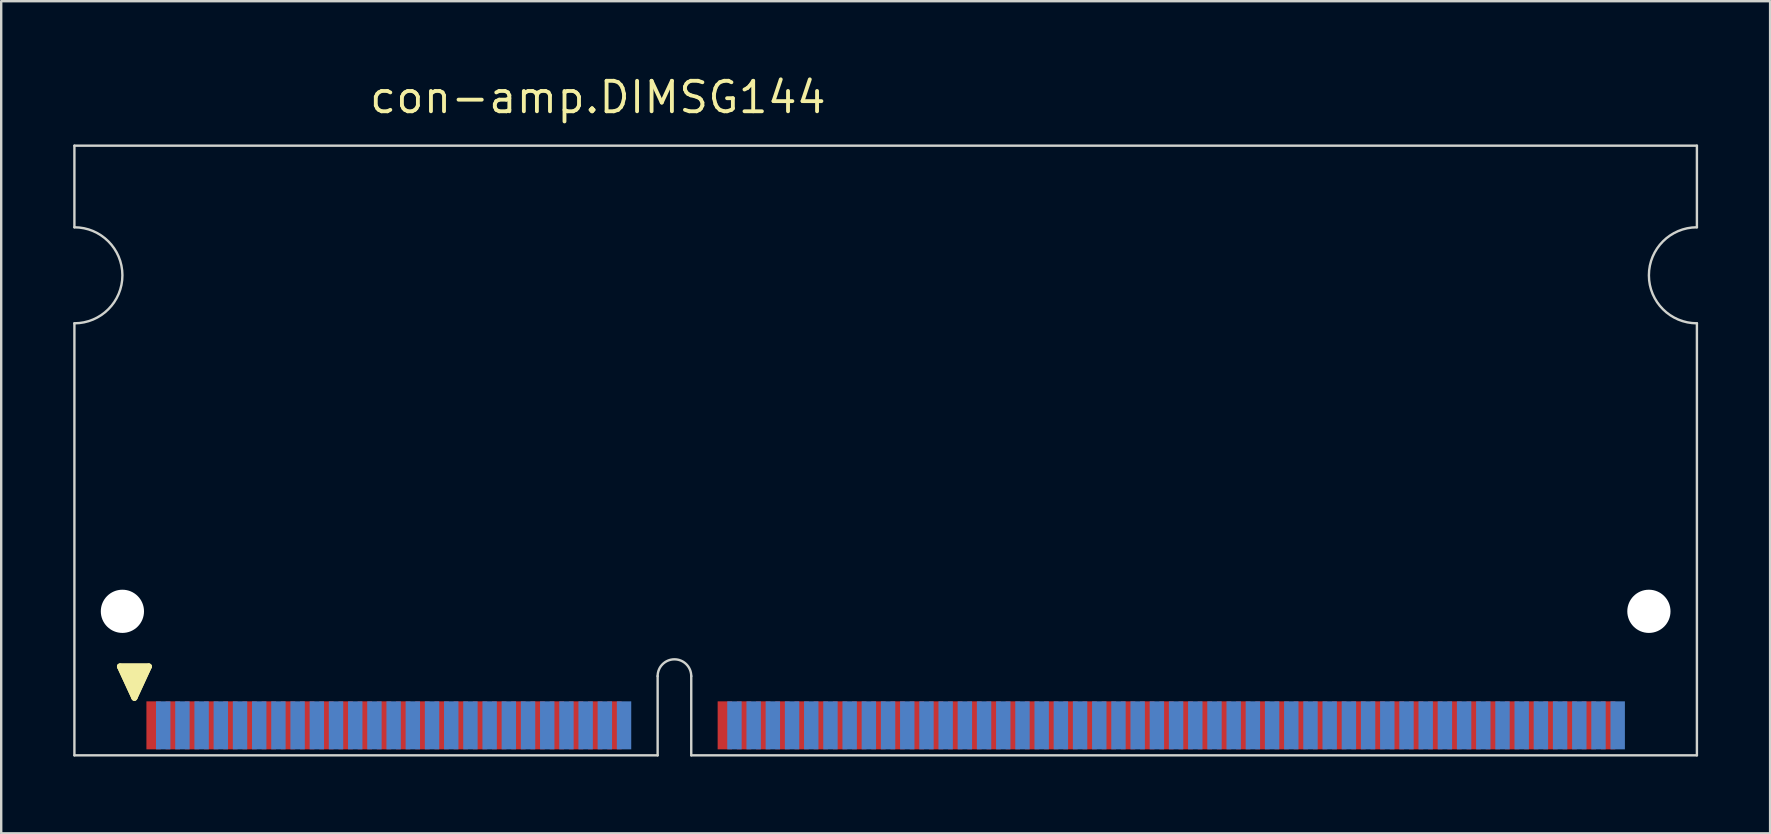
<source format=kicad_pcb>
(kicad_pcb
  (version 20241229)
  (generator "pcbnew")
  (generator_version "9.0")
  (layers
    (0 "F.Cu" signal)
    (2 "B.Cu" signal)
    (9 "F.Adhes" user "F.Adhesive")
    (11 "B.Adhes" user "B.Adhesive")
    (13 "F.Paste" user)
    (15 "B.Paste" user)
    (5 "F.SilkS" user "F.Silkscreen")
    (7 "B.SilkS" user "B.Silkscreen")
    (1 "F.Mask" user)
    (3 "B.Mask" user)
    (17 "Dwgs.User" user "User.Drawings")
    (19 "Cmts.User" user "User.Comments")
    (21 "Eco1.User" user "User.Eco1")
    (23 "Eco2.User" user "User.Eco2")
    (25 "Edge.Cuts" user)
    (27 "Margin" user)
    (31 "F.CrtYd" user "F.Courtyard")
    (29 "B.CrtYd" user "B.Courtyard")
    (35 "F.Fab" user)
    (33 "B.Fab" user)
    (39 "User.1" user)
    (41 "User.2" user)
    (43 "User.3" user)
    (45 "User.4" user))
  (footprint "con-amp.DIMSG144"
    (layer "F.Cu")
    (at 33.85 28.42)
    (property "Reference" "con-amp.DIMSG144" (at -21.59 -26.67 0) (layer "F.SilkS") (effects (font (size 1.27 1.27) (thickness 0.16)) (justify left bottom)))
    (attr smd)
    (fp_line (start -31.9 -3.7) (end -30.7 -3.7) (stroke (width 0.254) (type default)) (layer "F.SilkS"))
    (fp_line (start -31.3 -2.4) (end -31.9 -3.7) (stroke (width 0.254) (type default)) (layer "F.SilkS"))
    (fp_line (start -30.7 -3.7) (end -31.3 -2.4) (stroke (width 0.254) (type default)) (layer "F.SilkS"))
    (fp_poly (pts (xy -31.3 -2.4) (xy -31.9 -3.7) (xy -30.7 -3.7)) (stroke (width 0.254) (type default)) (fill yes) (layer "F.SilkS"))
    (fp_line (start -33.8 -25.4) (end -33.8 -22) (stroke (width 0.1) (type default)) (layer "Edge.Cuts"))
    (fp_line (start -33.8 -18) (end -33.8 0) (stroke (width 0.1) (type default)) (layer "Edge.Cuts"))
    (fp_line (start -33.8 0) (end -9.5 0) (stroke (width 0.1) (type default)) (layer "Edge.Cuts"))
    (fp_line (start -9.5 0) (end -9.5 -3.3) (stroke (width 0.1) (type default)) (layer "Edge.Cuts"))
    (fp_line (start -8.1 0) (end -8.1 -3.3) (stroke (width 0.1) (type default)) (layer "Edge.Cuts"))
    (fp_line (start -8.1 0) (end 33.8 0) (stroke (width 0.1) (type default)) (layer "Edge.Cuts"))
    (fp_line (start 33.8 -25.4) (end -33.8 -25.4) (stroke (width 0.1) (type default)) (layer "Edge.Cuts"))
    (fp_line (start 33.8 -22) (end 33.8 -25.4) (stroke (width 0.1) (type default)) (layer "Edge.Cuts"))
    (fp_line (start 33.8 0) (end 33.8 -18) (stroke (width 0.1) (type default)) (layer "Edge.Cuts"))
    (fp_arc (start -33.8 -22) (mid -31.8 -20) (end -33.8 -18) (stroke (width 0.1) (type default)) (layer "Edge.Cuts"))
    (fp_arc (start -9.5 -3.3) (mid -8.8 -4) (end -8.1 -3.3) (stroke (width 0.1) (type default)) (layer "Edge.Cuts"))
    (fp_arc (start 33.8 -18) (mid 31.8 -20) (end 33.8 -22) (stroke (width 0.1) (type default)) (layer "Edge.Cuts"))
    (pad "" np_thru_hole circle (at -31.8 -6) (size 1.8 1.8) (drill 1.8) (layers "*.Cu" "*.Mask"))
    (pad "" np_thru_hole circle (at 31.8 -6) (size 1.8 1.8) (drill 1.8) (layers "*.Cu" "*.Mask"))
    (pad "1" smd roundrect (at -30.5 -1.25) (size 0.6 2) (layers "F.Cu" "F.Mask" "F.Paste") (roundrect_rratio 0.01))
    (pad "2" smd roundrect (at -29.7 -1.25) (size 0.6 2) (layers "F.Cu" "F.Mask" "F.Paste") (roundrect_rratio 0.01))
    (pad "3" smd roundrect (at -28.9 -1.25) (size 0.6 2) (layers "F.Cu" "F.Mask" "F.Paste") (roundrect_rratio 0.01))
    (pad "4" smd roundrect (at -28.1 -1.25) (size 0.6 2) (layers "F.Cu" "F.Mask" "F.Paste") (roundrect_rratio 0.01))
    (pad "5" smd roundrect (at -27.3 -1.25) (size 0.6 2) (layers "F.Cu" "F.Mask" "F.Paste") (roundrect_rratio 0.01))
    (pad "6" smd roundrect (at -26.5 -1.25) (size 0.6 2) (layers "F.Cu" "F.Mask" "F.Paste") (roundrect_rratio 0.01))
    (pad "7" smd roundrect (at -25.7 -1.25) (size 0.6 2) (layers "F.Cu" "F.Mask" "F.Paste") (roundrect_rratio 0.01))
    (pad "8" smd roundrect (at -24.9 -1.25) (size 0.6 2) (layers "F.Cu" "F.Mask" "F.Paste") (roundrect_rratio 0.01))
    (pad "9" smd roundrect (at -24.1 -1.25) (size 0.6 2) (layers "F.Cu" "F.Mask" "F.Paste") (roundrect_rratio 0.01))
    (pad "10" smd roundrect (at -23.3 -1.25) (size 0.6 2) (layers "F.Cu" "F.Mask" "F.Paste") (roundrect_rratio 0.01))
    (pad "11" smd roundrect (at -22.5 -1.25) (size 0.6 2) (layers "F.Cu" "F.Mask" "F.Paste") (roundrect_rratio 0.01))
    (pad "12" smd roundrect (at -21.7 -1.25) (size 0.6 2) (layers "F.Cu" "F.Mask" "F.Paste") (roundrect_rratio 0.01))
    (pad "13" smd roundrect (at -20.9 -1.25) (size 0.6 2) (layers "F.Cu" "F.Mask" "F.Paste") (roundrect_rratio 0.01))
    (pad "14" smd roundrect (at -20.1 -1.25) (size 0.6 2) (layers "F.Cu" "F.Mask" "F.Paste") (roundrect_rratio 0.01))
    (pad "15" smd roundrect (at -19.3 -1.25) (size 0.6 2) (layers "F.Cu" "F.Mask" "F.Paste") (roundrect_rratio 0.01))
    (pad "16" smd roundrect (at -18.5 -1.25) (size 0.6 2) (layers "F.Cu" "F.Mask" "F.Paste") (roundrect_rratio 0.01))
    (pad "17" smd roundrect (at -17.7 -1.25) (size 0.6 2) (layers "F.Cu" "F.Mask" "F.Paste") (roundrect_rratio 0.01))
    (pad "18" smd roundrect (at -16.9 -1.25) (size 0.6 2) (layers "F.Cu" "F.Mask" "F.Paste") (roundrect_rratio 0.01))
    (pad "19" smd roundrect (at -16.1 -1.25) (size 0.6 2) (layers "F.Cu" "F.Mask" "F.Paste") (roundrect_rratio 0.01))
    (pad "20" smd roundrect (at -15.3 -1.25) (size 0.6 2) (layers "F.Cu" "F.Mask" "F.Paste") (roundrect_rratio 0.01))
    (pad "21" smd roundrect (at -14.5 -1.25) (size 0.6 2) (layers "F.Cu" "F.Mask" "F.Paste") (roundrect_rratio 0.01))
    (pad "22" smd roundrect (at -13.7 -1.25) (size 0.6 2) (layers "F.Cu" "F.Mask" "F.Paste") (roundrect_rratio 0.01))
    (pad "23" smd roundrect (at -12.9 -1.25) (size 0.6 2) (layers "F.Cu" "F.Mask" "F.Paste") (roundrect_rratio 0.01))
    (pad "24" smd roundrect (at -12.1 -1.25) (size 0.6 2) (layers "F.Cu" "F.Mask" "F.Paste") (roundrect_rratio 0.01))
    (pad "25" smd roundrect (at -11.3 -1.25) (size 0.6 2) (layers "F.Cu" "F.Mask" "F.Paste") (roundrect_rratio 0.01))
    (pad "26" smd roundrect (at -6.7 -1.25) (size 0.6 2) (layers "F.Cu" "F.Mask" "F.Paste") (roundrect_rratio 0.01))
    (pad "27" smd roundrect (at -5.9 -1.25) (size 0.6 2) (layers "F.Cu" "F.Mask" "F.Paste") (roundrect_rratio 0.01))
    (pad "28" smd roundrect (at -5.1 -1.25) (size 0.6 2) (layers "F.Cu" "F.Mask" "F.Paste") (roundrect_rratio 0.01))
    (pad "29" smd roundrect (at -4.3 -1.25) (size 0.6 2) (layers "F.Cu" "F.Mask" "F.Paste") (roundrect_rratio 0.01))
    (pad "30" smd roundrect (at -3.5 -1.25) (size 0.6 2) (layers "F.Cu" "F.Mask" "F.Paste") (roundrect_rratio 0.01))
    (pad "31" smd roundrect (at -2.7 -1.25) (size 0.6 2) (layers "F.Cu" "F.Mask" "F.Paste") (roundrect_rratio 0.01))
    (pad "32" smd roundrect (at -1.9 -1.25) (size 0.6 2) (layers "F.Cu" "F.Mask" "F.Paste") (roundrect_rratio 0.01))
    (pad "33" smd roundrect (at -1.1 -1.25) (size 0.6 2) (layers "F.Cu" "F.Mask" "F.Paste") (roundrect_rratio 0.01))
    (pad "34" smd roundrect (at -0.3 -1.25) (size 0.6 2) (layers "F.Cu" "F.Mask" "F.Paste") (roundrect_rratio 0.01))
    (pad "35" smd roundrect (at 0.5 -1.25) (size 0.6 2) (layers "F.Cu" "F.Mask" "F.Paste") (roundrect_rratio 0.01))
    (pad "36" smd roundrect (at 1.3 -1.25) (size 0.6 2) (layers "F.Cu" "F.Mask" "F.Paste") (roundrect_rratio 0.01))
    (pad "37" smd roundrect (at 2.1 -1.25) (size 0.6 2) (layers "F.Cu" "F.Mask" "F.Paste") (roundrect_rratio 0.01))
    (pad "38" smd roundrect (at 2.9 -1.25) (size 0.6 2) (layers "F.Cu" "F.Mask" "F.Paste") (roundrect_rratio 0.01))
    (pad "39" smd roundrect (at 3.7 -1.25) (size 0.6 2) (layers "F.Cu" "F.Mask" "F.Paste") (roundrect_rratio 0.01))
    (pad "40" smd roundrect (at 4.5 -1.25) (size 0.6 2) (layers "F.Cu" "F.Mask" "F.Paste") (roundrect_rratio 0.01))
    (pad "41" smd roundrect (at 5.3 -1.25) (size 0.6 2) (layers "F.Cu" "F.Mask" "F.Paste") (roundrect_rratio 0.01))
    (pad "42" smd roundrect (at 6.1 -1.25) (size 0.6 2) (layers "F.Cu" "F.Mask" "F.Paste") (roundrect_rratio 0.01))
    (pad "43" smd roundrect (at 6.9 -1.25) (size 0.6 2) (layers "F.Cu" "F.Mask" "F.Paste") (roundrect_rratio 0.01))
    (pad "44" smd roundrect (at 7.7 -1.25) (size 0.6 2) (layers "F.Cu" "F.Mask" "F.Paste") (roundrect_rratio 0.01))
    (pad "45" smd roundrect (at 8.5 -1.25) (size 0.6 2) (layers "F.Cu" "F.Mask" "F.Paste") (roundrect_rratio 0.01))
    (pad "46" smd roundrect (at 9.3 -1.25) (size 0.6 2) (layers "F.Cu" "F.Mask" "F.Paste") (roundrect_rratio 0.01))
    (pad "47" smd roundrect (at 10.1 -1.25) (size 0.6 2) (layers "F.Cu" "F.Mask" "F.Paste") (roundrect_rratio 0.01))
    (pad "48" smd roundrect (at 10.9 -1.25) (size 0.6 2) (layers "F.Cu" "F.Mask" "F.Paste") (roundrect_rratio 0.01))
    (pad "49" smd roundrect (at 11.7 -1.25) (size 0.6 2) (layers "F.Cu" "F.Mask" "F.Paste") (roundrect_rratio 0.01))
    (pad "50" smd roundrect (at 12.5 -1.25) (size 0.6 2) (layers "F.Cu" "F.Mask" "F.Paste") (roundrect_rratio 0.01))
    (pad "51" smd roundrect (at 13.3 -1.25) (size 0.6 2) (layers "F.Cu" "F.Mask" "F.Paste") (roundrect_rratio 0.01))
    (pad "52" smd roundrect (at 14.1 -1.25) (size 0.6 2) (layers "F.Cu" "F.Mask" "F.Paste") (roundrect_rratio 0.01))
    (pad "53" smd roundrect (at 14.9 -1.25) (size 0.6 2) (layers "F.Cu" "F.Mask" "F.Paste") (roundrect_rratio 0.01))
    (pad "54" smd roundrect (at 15.7 -1.25) (size 0.6 2) (layers "F.Cu" "F.Mask" "F.Paste") (roundrect_rratio 0.01))
    (pad "55" smd roundrect (at 16.5 -1.25) (size 0.6 2) (layers "F.Cu" "F.Mask" "F.Paste") (roundrect_rratio 0.01))
    (pad "56" smd roundrect (at 17.3 -1.25) (size 0.6 2) (layers "F.Cu" "F.Mask" "F.Paste") (roundrect_rratio 0.01))
    (pad "57" smd roundrect (at 18.1 -1.25) (size 0.6 2) (layers "F.Cu" "F.Mask" "F.Paste") (roundrect_rratio 0.01))
    (pad "58" smd roundrect (at 18.9 -1.25) (size 0.6 2) (layers "F.Cu" "F.Mask" "F.Paste") (roundrect_rratio 0.01))
    (pad "59" smd roundrect (at 19.7 -1.25) (size 0.6 2) (layers "F.Cu" "F.Mask" "F.Paste") (roundrect_rratio 0.01))
    (pad "60" smd roundrect (at 20.5 -1.25) (size 0.6 2) (layers "F.Cu" "F.Mask" "F.Paste") (roundrect_rratio 0.01))
    (pad "61" smd roundrect (at 21.3 -1.25) (size 0.6 2) (layers "F.Cu" "F.Mask" "F.Paste") (roundrect_rratio 0.01))
    (pad "62" smd roundrect (at 22.1 -1.25) (size 0.6 2) (layers "F.Cu" "F.Mask" "F.Paste") (roundrect_rratio 0.01))
    (pad "63" smd roundrect (at 22.9 -1.25) (size 0.6 2) (layers "F.Cu" "F.Mask" "F.Paste") (roundrect_rratio 0.01))
    (pad "64" smd roundrect (at 23.7 -1.25) (size 0.6 2) (layers "F.Cu" "F.Mask" "F.Paste") (roundrect_rratio 0.01))
    (pad "65" smd roundrect (at 24.5 -1.25) (size 0.6 2) (layers "F.Cu" "F.Mask" "F.Paste") (roundrect_rratio 0.01))
    (pad "66" smd roundrect (at 25.3 -1.25) (size 0.6 2) (layers "F.Cu" "F.Mask" "F.Paste") (roundrect_rratio 0.01))
    (pad "67" smd roundrect (at 26.1 -1.25) (size 0.6 2) (layers "F.Cu" "F.Mask" "F.Paste") (roundrect_rratio 0.01))
    (pad "68" smd roundrect (at 26.9 -1.25) (size 0.6 2) (layers "F.Cu" "F.Mask" "F.Paste") (roundrect_rratio 0.01))
    (pad "69" smd roundrect (at 27.7 -1.25) (size 0.6 2) (layers "F.Cu" "F.Mask" "F.Paste") (roundrect_rratio 0.01))
    (pad "70" smd roundrect (at 28.5 -1.25) (size 0.6 2) (layers "F.Cu" "F.Mask" "F.Paste") (roundrect_rratio 0.01))
    (pad "71" smd roundrect (at 29.3 -1.25) (size 0.6 2) (layers "F.Cu" "F.Mask" "F.Paste") (roundrect_rratio 0.01))
    (pad "72" smd roundrect (at 30.1 -1.25) (size 0.6 2) (layers "F.Cu" "F.Mask" "F.Paste") (roundrect_rratio 0.01))
    (pad "73" smd roundrect (at -30.1 -1.25) (size 0.6 2) (layers "B.Cu" "B.Mask" "B.Paste") (roundrect_rratio 0.01))
    (pad "74" smd roundrect (at -29.3 -1.25) (size 0.6 2) (layers "B.Cu" "B.Mask" "B.Paste") (roundrect_rratio 0.01))
    (pad "75" smd roundrect (at -28.5 -1.25) (size 0.6 2) (layers "B.Cu" "B.Mask" "B.Paste") (roundrect_rratio 0.01))
    (pad "76" smd roundrect (at -27.7 -1.25) (size 0.6 2) (layers "B.Cu" "B.Mask" "B.Paste") (roundrect_rratio 0.01))
    (pad "77" smd roundrect (at -26.9 -1.25) (size 0.6 2) (layers "B.Cu" "B.Mask" "B.Paste") (roundrect_rratio 0.01))
    (pad "78" smd roundrect (at -26.1 -1.25) (size 0.6 2) (layers "B.Cu" "B.Mask" "B.Paste") (roundrect_rratio 0.01))
    (pad "79" smd roundrect (at -25.3 -1.25) (size 0.6 2) (layers "B.Cu" "B.Mask" "B.Paste") (roundrect_rratio 0.01))
    (pad "80" smd roundrect (at -24.5 -1.25) (size 0.6 2) (layers "B.Cu" "B.Mask" "B.Paste") (roundrect_rratio 0.01))
    (pad "81" smd roundrect (at -23.7 -1.25) (size 0.6 2) (layers "B.Cu" "B.Mask" "B.Paste") (roundrect_rratio 0.01))
    (pad "82" smd roundrect (at -22.9 -1.25) (size 0.6 2) (layers "B.Cu" "B.Mask" "B.Paste") (roundrect_rratio 0.01))
    (pad "83" smd roundrect (at -22.1 -1.25) (size 0.6 2) (layers "B.Cu" "B.Mask" "B.Paste") (roundrect_rratio 0.01))
    (pad "84" smd roundrect (at -21.3 -1.25) (size 0.6 2) (layers "B.Cu" "B.Mask" "B.Paste") (roundrect_rratio 0.01))
    (pad "85" smd roundrect (at -20.5 -1.25) (size 0.6 2) (layers "B.Cu" "B.Mask" "B.Paste") (roundrect_rratio 0.01))
    (pad "86" smd roundrect (at -19.7 -1.25) (size 0.6 2) (layers "B.Cu" "B.Mask" "B.Paste") (roundrect_rratio 0.01))
    (pad "87" smd roundrect (at -18.9 -1.25) (size 0.6 2) (layers "B.Cu" "B.Mask" "B.Paste") (roundrect_rratio 0.01))
    (pad "88" smd roundrect (at -18.1 -1.25) (size 0.6 2) (layers "B.Cu" "B.Mask" "B.Paste") (roundrect_rratio 0.01))
    (pad "89" smd roundrect (at -17.3 -1.25) (size 0.6 2) (layers "B.Cu" "B.Mask" "B.Paste") (roundrect_rratio 0.01))
    (pad "90" smd roundrect (at -16.5 -1.25) (size 0.6 2) (layers "B.Cu" "B.Mask" "B.Paste") (roundrect_rratio 0.01))
    (pad "91" smd roundrect (at -15.7 -1.25) (size 0.6 2) (layers "B.Cu" "B.Mask" "B.Paste") (roundrect_rratio 0.01))
    (pad "92" smd roundrect (at -14.9 -1.25) (size 0.6 2) (layers "B.Cu" "B.Mask" "B.Paste") (roundrect_rratio 0.01))
    (pad "93" smd roundrect (at -14.1 -1.25) (size 0.6 2) (layers "B.Cu" "B.Mask" "B.Paste") (roundrect_rratio 0.01))
    (pad "94" smd roundrect (at -13.3 -1.25) (size 0.6 2) (layers "B.Cu" "B.Mask" "B.Paste") (roundrect_rratio 0.01))
    (pad "95" smd roundrect (at -12.5 -1.25) (size 0.6 2) (layers "B.Cu" "B.Mask" "B.Paste") (roundrect_rratio 0.01))
    (pad "96" smd roundrect (at -11.7 -1.25) (size 0.6 2) (layers "B.Cu" "B.Mask" "B.Paste") (roundrect_rratio 0.01))
    (pad "97" smd roundrect (at -10.9 -1.25) (size 0.6 2) (layers "B.Cu" "B.Mask" "B.Paste") (roundrect_rratio 0.01))
    (pad "98" smd roundrect (at -6.3 -1.25) (size 0.6 2) (layers "B.Cu" "B.Mask" "B.Paste") (roundrect_rratio 0.01))
    (pad "99" smd roundrect (at -5.5 -1.25) (size 0.6 2) (layers "B.Cu" "B.Mask" "B.Paste") (roundrect_rratio 0.01))
    (pad "100" smd roundrect (at -4.7 -1.25) (size 0.6 2) (layers "B.Cu" "B.Mask" "B.Paste") (roundrect_rratio 0.01))
    (pad "101" smd roundrect (at -3.9 -1.25) (size 0.6 2) (layers "B.Cu" "B.Mask" "B.Paste") (roundrect_rratio 0.01))
    (pad "102" smd roundrect (at -3.1 -1.25) (size 0.6 2) (layers "B.Cu" "B.Mask" "B.Paste") (roundrect_rratio 0.01))
    (pad "103" smd roundrect (at -2.3 -1.25) (size 0.6 2) (layers "B.Cu" "B.Mask" "B.Paste") (roundrect_rratio 0.01))
    (pad "104" smd roundrect (at -1.5 -1.25) (size 0.6 2) (layers "B.Cu" "B.Mask" "B.Paste") (roundrect_rratio 0.01))
    (pad "105" smd roundrect (at -0.7 -1.25) (size 0.6 2) (layers "B.Cu" "B.Mask" "B.Paste") (roundrect_rratio 0.01))
    (pad "106" smd roundrect (at 0.1 -1.25) (size 0.6 2) (layers "B.Cu" "B.Mask" "B.Paste") (roundrect_rratio 0.01))
    (pad "107" smd roundrect (at 0.9 -1.25) (size 0.6 2) (layers "B.Cu" "B.Mask" "B.Paste") (roundrect_rratio 0.01))
    (pad "108" smd roundrect (at 1.7 -1.25) (size 0.6 2) (layers "B.Cu" "B.Mask" "B.Paste") (roundrect_rratio 0.01))
    (pad "109" smd roundrect (at 2.5 -1.25) (size 0.6 2) (layers "B.Cu" "B.Mask" "B.Paste") (roundrect_rratio 0.01))
    (pad "110" smd roundrect (at 3.3 -1.25) (size 0.6 2) (layers "B.Cu" "B.Mask" "B.Paste") (roundrect_rratio 0.01))
    (pad "111" smd roundrect (at 4.1 -1.25) (size 0.6 2) (layers "B.Cu" "B.Mask" "B.Paste") (roundrect_rratio 0.01))
    (pad "112" smd roundrect (at 4.9 -1.25) (size 0.6 2) (layers "B.Cu" "B.Mask" "B.Paste") (roundrect_rratio 0.01))
    (pad "113" smd roundrect (at 5.7 -1.25) (size 0.6 2) (layers "B.Cu" "B.Mask" "B.Paste") (roundrect_rratio 0.01))
    (pad "114" smd roundrect (at 6.5 -1.25) (size 0.6 2) (layers "B.Cu" "B.Mask" "B.Paste") (roundrect_rratio 0.01))
    (pad "115" smd roundrect (at 7.3 -1.25) (size 0.6 2) (layers "B.Cu" "B.Mask" "B.Paste") (roundrect_rratio 0.01))
    (pad "116" smd roundrect (at 8.1 -1.25) (size 0.6 2) (layers "B.Cu" "B.Mask" "B.Paste") (roundrect_rratio 0.01))
    (pad "117" smd roundrect (at 8.9 -1.25) (size 0.6 2) (layers "B.Cu" "B.Mask" "B.Paste") (roundrect_rratio 0.01))
    (pad "118" smd roundrect (at 9.7 -1.25) (size 0.6 2) (layers "B.Cu" "B.Mask" "B.Paste") (roundrect_rratio 0.01))
    (pad "119" smd roundrect (at 10.5 -1.25) (size 0.6 2) (layers "B.Cu" "B.Mask" "B.Paste") (roundrect_rratio 0.01))
    (pad "120" smd roundrect (at 11.3 -1.25) (size 0.6 2) (layers "B.Cu" "B.Mask" "B.Paste") (roundrect_rratio 0.01))
    (pad "121" smd roundrect (at 12.1 -1.25) (size 0.6 2) (layers "B.Cu" "B.Mask" "B.Paste") (roundrect_rratio 0.01))
    (pad "122" smd roundrect (at 12.9 -1.25) (size 0.6 2) (layers "B.Cu" "B.Mask" "B.Paste") (roundrect_rratio 0.01))
    (pad "123" smd roundrect (at 13.7 -1.25) (size 0.6 2) (layers "B.Cu" "B.Mask" "B.Paste") (roundrect_rratio 0.01))
    (pad "124" smd roundrect (at 14.5 -1.25) (size 0.6 2) (layers "B.Cu" "B.Mask" "B.Paste") (roundrect_rratio 0.01))
    (pad "125" smd roundrect (at 15.3 -1.25) (size 0.6 2) (layers "B.Cu" "B.Mask" "B.Paste") (roundrect_rratio 0.01))
    (pad "126" smd roundrect (at 16.1 -1.25) (size 0.6 2) (layers "B.Cu" "B.Mask" "B.Paste") (roundrect_rratio 0.01))
    (pad "127" smd roundrect (at 16.9 -1.25) (size 0.6 2) (layers "B.Cu" "B.Mask" "B.Paste") (roundrect_rratio 0.01))
    (pad "128" smd roundrect (at 17.7 -1.25) (size 0.6 2) (layers "B.Cu" "B.Mask" "B.Paste") (roundrect_rratio 0.01))
    (pad "129" smd roundrect (at 18.5 -1.25) (size 0.6 2) (layers "B.Cu" "B.Mask" "B.Paste") (roundrect_rratio 0.01))
    (pad "130" smd roundrect (at 19.3 -1.25) (size 0.6 2) (layers "B.Cu" "B.Mask" "B.Paste") (roundrect_rratio 0.01))
    (pad "131" smd roundrect (at 20.1 -1.25) (size 0.6 2) (layers "B.Cu" "B.Mask" "B.Paste") (roundrect_rratio 0.01))
    (pad "132" smd roundrect (at 20.9 -1.25) (size 0.6 2) (layers "B.Cu" "B.Mask" "B.Paste") (roundrect_rratio 0.01))
    (pad "133" smd roundrect (at 21.7 -1.25) (size 0.6 2) (layers "B.Cu" "B.Mask" "B.Paste") (roundrect_rratio 0.01))
    (pad "134" smd roundrect (at 22.5 -1.25) (size 0.6 2) (layers "B.Cu" "B.Mask" "B.Paste") (roundrect_rratio 0.01))
    (pad "135" smd roundrect (at 23.3 -1.25) (size 0.6 2) (layers "B.Cu" "B.Mask" "B.Paste") (roundrect_rratio 0.01))
    (pad "136" smd roundrect (at 24.1 -1.25) (size 0.6 2) (layers "B.Cu" "B.Mask" "B.Paste") (roundrect_rratio 0.01))
    (pad "137" smd roundrect (at 24.9 -1.25) (size 0.6 2) (layers "B.Cu" "B.Mask" "B.Paste") (roundrect_rratio 0.01))
    (pad "138" smd roundrect (at 25.7 -1.25) (size 0.6 2) (layers "B.Cu" "B.Mask" "B.Paste") (roundrect_rratio 0.01))
    (pad "139" smd roundrect (at 26.5 -1.25) (size 0.6 2) (layers "B.Cu" "B.Mask" "B.Paste") (roundrect_rratio 0.01))
    (pad "140" smd roundrect (at 27.3 -1.25) (size 0.6 2) (layers "B.Cu" "B.Mask" "B.Paste") (roundrect_rratio 0.01))
    (pad "141" smd roundrect (at 28.1 -1.25) (size 0.6 2) (layers "B.Cu" "B.Mask" "B.Paste") (roundrect_rratio 0.01))
    (pad "142" smd roundrect (at 28.9 -1.25) (size 0.6 2) (layers "B.Cu" "B.Mask" "B.Paste") (roundrect_rratio 0.01))
    (pad "143" smd roundrect (at 29.7 -1.25) (size 0.6 2) (layers "B.Cu" "B.Mask" "B.Paste") (roundrect_rratio 0.01))
    (pad "144" smd roundrect (at 30.5 -1.25) (size 0.6 2) (layers "B.Cu" "B.Mask" "B.Paste") (roundrect_rratio 0.01)))
  (gr_rect
    (start -3 -3)
    (end 70.7 31.67)
    (stroke (width 0.1) (type default))
    (fill no)
    (layer "Edge.Cuts")))
</source>
